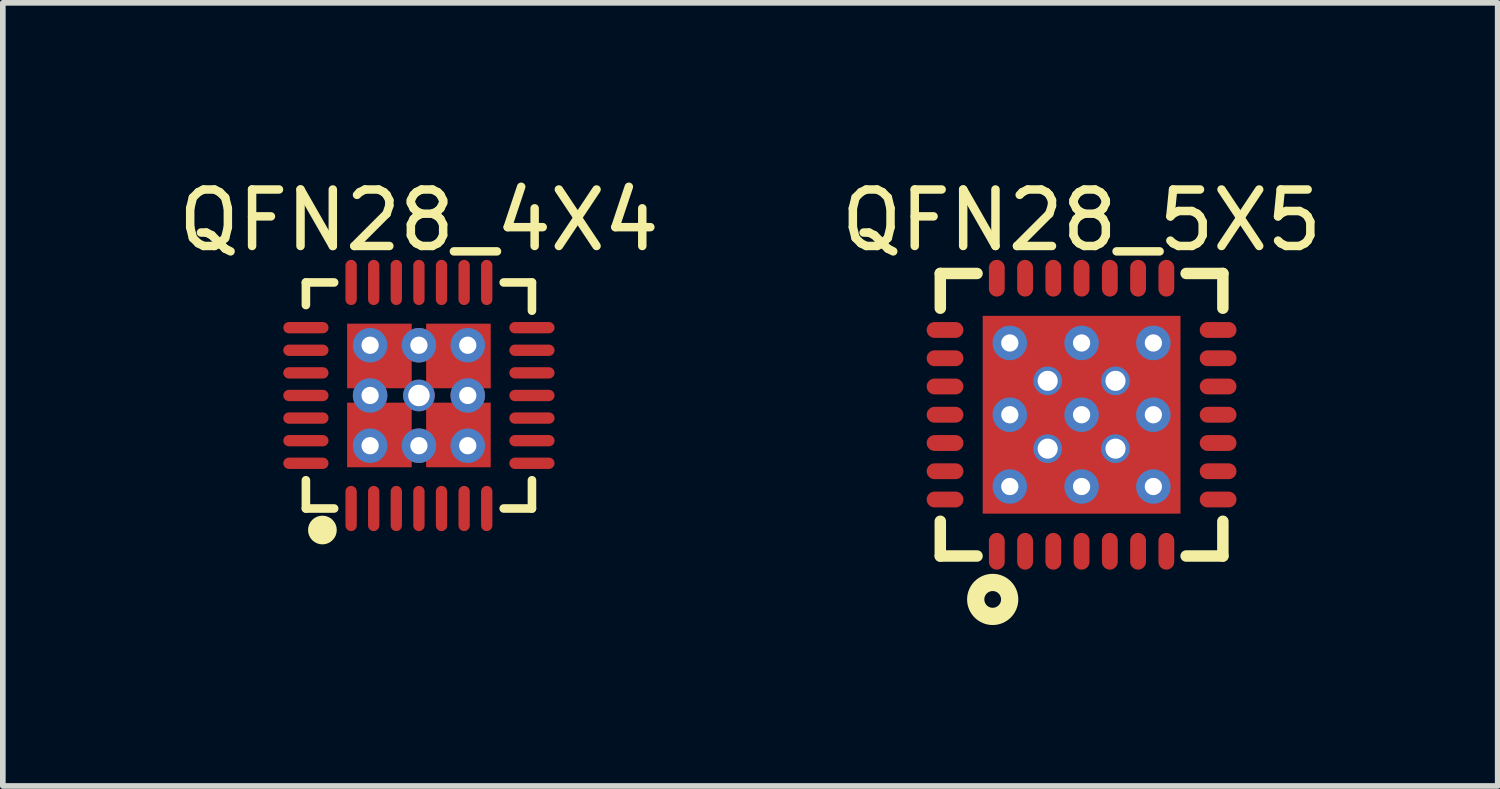
<source format=kicad_pcb>
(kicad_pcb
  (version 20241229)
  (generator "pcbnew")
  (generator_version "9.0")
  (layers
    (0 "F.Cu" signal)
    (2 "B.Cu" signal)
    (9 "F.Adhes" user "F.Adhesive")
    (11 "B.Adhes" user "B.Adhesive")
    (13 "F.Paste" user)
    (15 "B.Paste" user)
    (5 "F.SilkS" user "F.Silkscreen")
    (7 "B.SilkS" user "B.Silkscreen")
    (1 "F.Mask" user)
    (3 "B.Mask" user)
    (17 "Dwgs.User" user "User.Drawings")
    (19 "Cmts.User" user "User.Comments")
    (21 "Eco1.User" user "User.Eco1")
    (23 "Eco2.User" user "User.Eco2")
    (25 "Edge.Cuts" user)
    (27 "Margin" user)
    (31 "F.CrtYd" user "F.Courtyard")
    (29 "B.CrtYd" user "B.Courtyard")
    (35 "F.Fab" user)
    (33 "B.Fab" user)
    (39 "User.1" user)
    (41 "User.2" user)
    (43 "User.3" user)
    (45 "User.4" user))
  (footprint "QFN28_4X4"
    (layer "F.Cu")
    (at 4.363 3.948)
    (property "Reference" "QFN28_4X4" (at 0 -3.1 0) (layer "F.SilkS") (effects (font (size 1 1) (thickness 0.15))))
    (fp_line (start -2 -2) (end -1.5 -2) (stroke (width 0.152) (type solid)) (layer "F.SilkS"))
    (fp_line (start -2 -1.6) (end -2 -2) (stroke (width 0.152) (type solid)) (layer "F.SilkS"))
    (fp_line (start -2 2) (end -2 1.5) (stroke (width 0.152) (type solid)) (layer "F.SilkS"))
    (fp_line (start -2 2) (end -1.5 2) (stroke (width 0.152) (type solid)) (layer "F.SilkS"))
    (fp_line (start 1.5 -2) (end 2 -2) (stroke (width 0.152) (type solid)) (layer "F.SilkS"))
    (fp_line (start 1.5 2) (end 2 2) (stroke (width 0.152) (type solid)) (layer "F.SilkS"))
    (fp_line (start 2 -1.5) (end 2 -2) (stroke (width 0.152) (type solid)) (layer "F.SilkS"))
    (fp_line (start 2 2) (end 2 1.5) (stroke (width 0.152) (type solid)) (layer "F.SilkS"))
    (fp_circle (center -1.708 2.381) (end -1.708 2.254) (stroke (width 0.254) (type solid)) (fill no) (layer "F.SilkS"))
    (pad "0" thru_hole circle (at -0.864 -0.889) (size 0.61 0.61) (drill 0.305) (layers "*.Cu"))
    (pad "0" thru_hole circle (at -0.864 0) (size 0.61 0.61) (drill 0.305) (layers "*.Cu"))
    (pad "0" thru_hole circle (at -0.864 0.889) (size 0.61 0.61) (drill 0.305) (layers "*.Cu"))
    (pad "0" smd rect (at -0.699 -0.699 270) (size 1.143 1.143) (layers "F.Cu" "F.Mask" "F.Paste"))
    (pad "0" smd rect (at -0.699 0.699 270) (size 1.143 1.143) (layers "F.Cu" "F.Mask" "F.Paste"))
    (pad "0" thru_hole circle (at 0 -0.889) (size 0.61 0.61) (drill 0.305) (layers "*.Cu"))
    (pad "0" thru_hole circle (at 0 0 270) (size 0.559 0.559) (drill 0.381) (layers "*.Cu" "*.Mask"))
    (pad "0" thru_hole circle (at 0 0.889) (size 0.61 0.61) (drill 0.305) (layers "*.Cu"))
    (pad "0" smd rect (at 0.699 -0.699 270) (size 1.143 1.143) (layers "F.Cu" "F.Mask" "F.Paste"))
    (pad "0" smd rect (at 0.699 0.699 270) (size 1.143 1.143) (layers "F.Cu" "F.Mask" "F.Paste"))
    (pad "0" thru_hole circle (at 0.864 -0.889) (size 0.61 0.61) (drill 0.305) (layers "*.Cu"))
    (pad "0" thru_hole circle (at 0.864 0) (size 0.61 0.61) (drill 0.305) (layers "*.Cu"))
    (pad "0" thru_hole circle (at 0.864 0.889) (size 0.61 0.61) (drill 0.305) (layers "*.Cu"))
    (pad "1" smd oval (at -1.2 2 180) (size 0.2 0.8) (layers "F.Cu" "F.Mask" "F.Paste"))
    (pad "2" smd oval (at -0.8 2 180) (size 0.2 0.8) (layers "F.Cu" "F.Mask" "F.Paste"))
    (pad "3" smd oval (at -0.4 2 180) (size 0.2 0.8) (layers "F.Cu" "F.Mask" "F.Paste"))
    (pad "4" smd oval (at 0 2 180) (size 0.2 0.8) (layers "F.Cu" "F.Mask" "F.Paste"))
    (pad "5" smd oval (at 0.4 2 180) (size 0.2 0.8) (layers "F.Cu" "F.Mask" "F.Paste"))
    (pad "6" smd oval (at 0.8 2 180) (size 0.2 0.8) (layers "F.Cu" "F.Mask" "F.Paste"))
    (pad "7" smd oval (at 1.2 2 180) (size 0.2 0.8) (layers "F.Cu" "F.Mask" "F.Paste"))
    (pad "8" smd oval (at 2 1.2 270) (size 0.2 0.8) (layers "F.Cu" "F.Mask" "F.Paste"))
    (pad "9" smd oval (at 2 0.8 270) (size 0.2 0.8) (layers "F.Cu" "F.Mask" "F.Paste"))
    (pad "10" smd oval (at 2 0.4 270) (size 0.2 0.8) (layers "F.Cu" "F.Mask" "F.Paste"))
    (pad "11" smd oval (at 2 0 270) (size 0.2 0.8) (layers "F.Cu" "F.Mask" "F.Paste"))
    (pad "12" smd oval (at 2 -0.4 270) (size 0.2 0.8) (layers "F.Cu" "F.Mask" "F.Paste"))
    (pad "13" smd oval (at 2 -0.8 270) (size 0.2 0.8) (layers "F.Cu" "F.Mask" "F.Paste"))
    (pad "14" smd oval (at 2 -1.2 270) (size 0.2 0.8) (layers "F.Cu" "F.Mask" "F.Paste"))
    (pad "15" smd oval (at 1.2 -2 180) (size 0.2 0.8) (layers "F.Cu" "F.Mask" "F.Paste"))
    (pad "16" smd oval (at 0.8 -2 180) (size 0.2 0.8) (layers "F.Cu" "F.Mask" "F.Paste"))
    (pad "17" smd oval (at 0.4 -2 180) (size 0.2 0.8) (layers "F.Cu" "F.Mask" "F.Paste"))
    (pad "18" smd oval (at 0 -2 180) (size 0.2 0.8) (layers "F.Cu" "F.Mask" "F.Paste"))
    (pad "19" smd oval (at -0.4 -2 180) (size 0.2 0.8) (layers "F.Cu" "F.Mask" "F.Paste"))
    (pad "20" smd oval (at -0.8 -2 180) (size 0.2 0.8) (layers "F.Cu" "F.Mask" "F.Paste"))
    (pad "21" smd oval (at -1.2 -2 180) (size 0.2 0.8) (layers "F.Cu" "F.Mask" "F.Paste"))
    (pad "22" smd oval (at -2 -1.2 270) (size 0.2 0.8) (layers "F.Cu" "F.Mask" "F.Paste"))
    (pad "23" smd oval (at -2 -0.8 270) (size 0.2 0.8) (layers "F.Cu" "F.Mask" "F.Paste"))
    (pad "24" smd oval (at -2 -0.4 270) (size 0.2 0.8) (layers "F.Cu" "F.Mask" "F.Paste"))
    (pad "25" smd oval (at -2 0 270) (size 0.2 0.8) (layers "F.Cu" "F.Mask" "F.Paste"))
    (pad "26" smd oval (at -2 0.4 270) (size 0.2 0.8) (layers "F.Cu" "F.Mask" "F.Paste"))
    (pad "27" smd oval (at -2 0.8 270) (size 0.2 0.8) (layers "F.Cu" "F.Mask" "F.Paste"))
    (pad "28" smd oval (at -2 1.2 270) (size 0.2 0.8) (layers "F.Cu" "F.Mask" "F.Paste")))
  (footprint "QFN28_5X5"
    (layer "F.Cu")
    (at 16.089 4.289)
    (property "Reference" "QFN28_5X5" (at 0 -3.441 0) (layer "F.SilkS") (effects (font (size 1 1) (thickness 0.15))))
    (fp_line (start -2.5 -2.5) (end -1.85 -2.5) (stroke (width 0.203) (type solid)) (layer "F.SilkS"))
    (fp_line (start -2.5 -1.885) (end -2.5 -2.5) (stroke (width 0.203) (type solid)) (layer "F.SilkS"))
    (fp_line (start -2.5 2.5) (end -2.5 1.885) (stroke (width 0.203) (type solid)) (layer "F.SilkS"))
    (fp_line (start -2.5 2.5) (end -1.85 2.5) (stroke (width 0.203) (type solid)) (layer "F.SilkS"))
    (fp_line (start 1.85 -2.5) (end 2.5 -2.5) (stroke (width 0.203) (type solid)) (layer "F.SilkS"))
    (fp_line (start 1.85 2.5) (end 2.5 2.5) (stroke (width 0.203) (type solid)) (layer "F.SilkS"))
    (fp_line (start 2.5 -1.885) (end 2.5 -2.5) (stroke (width 0.203) (type solid)) (layer "F.SilkS"))
    (fp_line (start 2.5 2.5) (end 2.5 1.885) (stroke (width 0.203) (type solid)) (layer "F.SilkS"))
    (fp_circle (center -1.573 3.268) (end -1.573 3.12) (stroke (width 0.305) (type solid)) (fill no) (layer "F.SilkS"))
    (pad "0" thru_hole circle (at -1.27 -1.27) (size 0.61 0.61) (drill 0.305) (layers "*.Cu"))
    (pad "0" thru_hole circle (at -1.27 0) (size 0.61 0.61) (drill 0.305) (layers "*.Cu"))
    (pad "0" thru_hole circle (at -1.27 1.27) (size 0.61 0.61) (drill 0.305) (layers "*.Cu"))
    (pad "0" thru_hole circle (at -0.6 -0.6 180) (size 0.508 0.508) (drill 0.356) (layers "*.Cu" "*.Mask"))
    (pad "0" thru_hole circle (at -0.6 0.6 180) (size 0.508 0.508) (drill 0.356) (layers "*.Cu" "*.Mask"))
    (pad "0" thru_hole circle (at 0 -1.27) (size 0.61 0.61) (drill 0.305) (layers "*.Cu"))
    (pad "0" thru_hole circle (at 0 0) (size 0.61 0.61) (drill 0.305) (layers "*.Cu"))
    (pad "0" smd rect (at 0 0 90) (size 3.5 3.5) (layers "F.Cu" "F.Mask" "F.Paste"))
    (pad "0" thru_hole circle (at 0 1.27) (size 0.61 0.61) (drill 0.305) (layers "*.Cu"))
    (pad "0" thru_hole circle (at 0.6 -0.6 180) (size 0.508 0.508) (drill 0.356) (layers "*.Cu" "*.Mask"))
    (pad "0" thru_hole circle (at 0.6 0.6 180) (size 0.508 0.508) (drill 0.356) (layers "*.Cu" "*.Mask"))
    (pad "0" thru_hole circle (at 1.27 -1.27) (size 0.61 0.61) (drill 0.305) (layers "*.Cu"))
    (pad "0" thru_hole circle (at 1.27 0) (size 0.61 0.61) (drill 0.305) (layers "*.Cu"))
    (pad "0" thru_hole circle (at 1.27 1.27) (size 0.61 0.61) (drill 0.305) (layers "*.Cu"))
    (pad "1" smd oval (at -1.5 2.416 180) (size 0.28 0.65) (layers "F.Cu" "F.Mask" "F.Paste"))
    (pad "2" smd oval (at -1 2.416 180) (size 0.28 0.65) (layers "F.Cu" "F.Mask" "F.Paste"))
    (pad "3" smd oval (at -0.5 2.416 180) (size 0.28 0.65) (layers "F.Cu" "F.Mask" "F.Paste"))
    (pad "4" smd oval (at 0 2.416) (size 0.28 0.65) (layers "F.Cu" "F.Mask" "F.Paste"))
    (pad "5" smd oval (at 0.5 2.416) (size 0.28 0.65) (layers "F.Cu" "F.Mask" "F.Paste"))
    (pad "6" smd oval (at 1 2.416) (size 0.28 0.65) (layers "F.Cu" "F.Mask" "F.Paste"))
    (pad "7" smd oval (at 1.5 2.416) (size 0.28 0.65) (layers "F.Cu" "F.Mask" "F.Paste"))
    (pad "8" smd oval (at 2.416 1.5 270) (size 0.28 0.65) (layers "F.Cu" "F.Mask" "F.Paste"))
    (pad "9" smd oval (at 2.416 1 270) (size 0.28 0.65) (layers "F.Cu" "F.Mask" "F.Paste"))
    (pad "10" smd oval (at 2.416 0.5 270) (size 0.28 0.65) (layers "F.Cu" "F.Mask" "F.Paste"))
    (pad "11" smd oval (at 2.416 0 90) (size 0.28 0.65) (layers "F.Cu" "F.Mask" "F.Paste"))
    (pad "12" smd oval (at 2.416 -0.5 90) (size 0.28 0.65) (layers "F.Cu" "F.Mask" "F.Paste"))
    (pad "13" smd oval (at 2.416 -1 90) (size 0.28 0.65) (layers "F.Cu" "F.Mask" "F.Paste"))
    (pad "14" smd oval (at 2.416 -1.5 90) (size 0.28 0.65) (layers "F.Cu" "F.Mask" "F.Paste"))
    (pad "15" smd oval (at 1.5 -2.416) (size 0.28 0.65) (layers "F.Cu" "F.Mask" "F.Paste"))
    (pad "16" smd oval (at 1 -2.416) (size 0.28 0.65) (layers "F.Cu" "F.Mask" "F.Paste"))
    (pad "17" smd oval (at 0.5 -2.416) (size 0.28 0.65) (layers "F.Cu" "F.Mask" "F.Paste"))
    (pad "18" smd oval (at 0 -2.416 180) (size 0.28 0.65) (layers "F.Cu" "F.Mask" "F.Paste"))
    (pad "19" smd oval (at -0.5 -2.416 180) (size 0.28 0.65) (layers "F.Cu" "F.Mask" "F.Paste"))
    (pad "20" smd oval (at -1 -2.416 180) (size 0.28 0.65) (layers "F.Cu" "F.Mask" "F.Paste"))
    (pad "21" smd oval (at -1.5 -2.416 180) (size 0.28 0.65) (layers "F.Cu" "F.Mask" "F.Paste"))
    (pad "22" smd oval (at -2.416 -1.5 90) (size 0.28 0.65) (layers "F.Cu" "F.Mask" "F.Paste"))
    (pad "23" smd oval (at -2.416 -1 90) (size 0.28 0.65) (layers "F.Cu" "F.Mask" "F.Paste"))
    (pad "24" smd oval (at -2.416 -0.5 90) (size 0.28 0.65) (layers "F.Cu" "F.Mask" "F.Paste"))
    (pad "25" smd oval (at -2.416 0 270) (size 0.28 0.65) (layers "F.Cu" "F.Mask" "F.Paste"))
    (pad "26" smd oval (at -2.416 0.5 270) (size 0.28 0.65) (layers "F.Cu" "F.Mask" "F.Paste"))
    (pad "27" smd oval (at -2.416 1 270) (size 0.28 0.65) (layers "F.Cu" "F.Mask" "F.Paste"))
    (pad "28" smd oval (at -2.416 1.5 270) (size 0.28 0.65) (layers "F.Cu" "F.Mask" "F.Paste")))
  (gr_rect
    (start -3 -3)
    (end 23.452 10.858)
    (stroke (width 0.1) (type default))
    (fill no)
    (layer "Edge.Cuts")))
</source>
